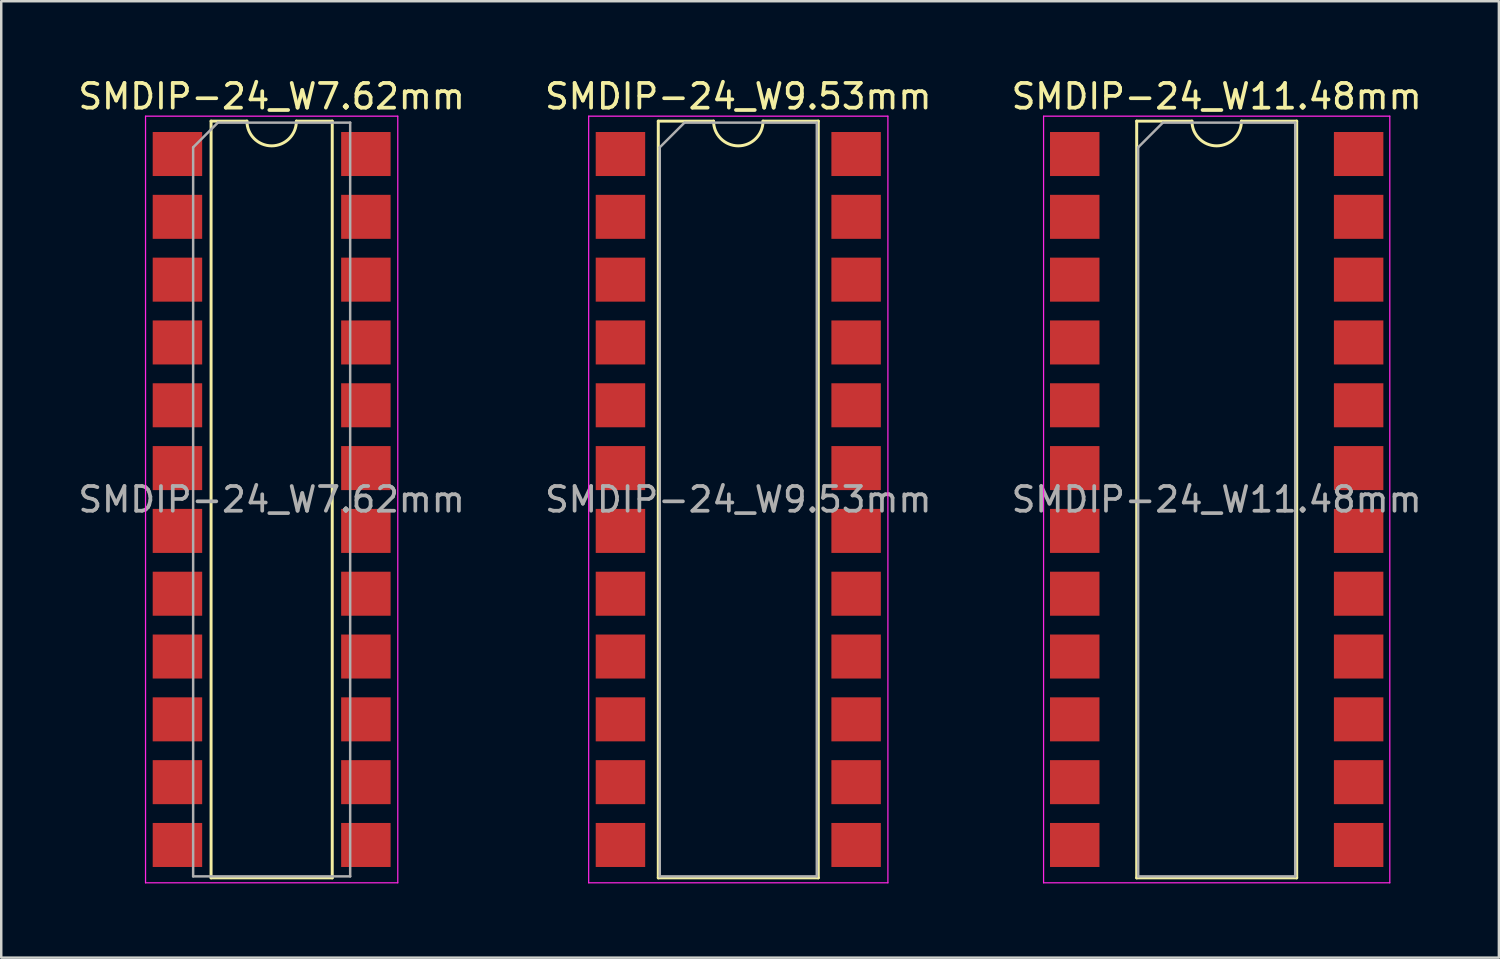
<source format=kicad_pcb>
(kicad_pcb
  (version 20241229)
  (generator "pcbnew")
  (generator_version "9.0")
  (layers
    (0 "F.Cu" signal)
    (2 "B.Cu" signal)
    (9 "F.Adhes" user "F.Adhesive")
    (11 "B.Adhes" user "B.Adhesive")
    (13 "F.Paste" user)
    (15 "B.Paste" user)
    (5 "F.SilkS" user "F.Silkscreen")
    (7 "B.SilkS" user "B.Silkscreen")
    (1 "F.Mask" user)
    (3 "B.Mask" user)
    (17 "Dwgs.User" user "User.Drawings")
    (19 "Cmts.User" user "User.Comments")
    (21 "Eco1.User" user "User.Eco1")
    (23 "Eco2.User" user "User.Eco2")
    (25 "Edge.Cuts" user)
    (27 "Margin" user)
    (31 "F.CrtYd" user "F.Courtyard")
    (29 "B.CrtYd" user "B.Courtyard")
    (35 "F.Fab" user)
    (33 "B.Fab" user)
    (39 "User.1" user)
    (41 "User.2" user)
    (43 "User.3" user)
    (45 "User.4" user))
  (footprint "SMDIP-24_W11.48mm"
    (layer "F.Cu")
    (at 46.149 17.148)
    (property "Reference" "SMDIP-24_W11.48mm" (at 0 -16.3 0) (layer "F.SilkS") (effects (font (size 1 1) (thickness 0.15))))
    (attr smd)
    (fp_line (start -3.235 -15.3) (end -3.235 15.3) (stroke (width 0.12) (type solid)) (layer "F.SilkS"))
    (fp_line (start -3.235 15.3) (end 3.235 15.3) (stroke (width 0.12) (type solid)) (layer "F.SilkS"))
    (fp_line (start -1 -15.3) (end -3.235 -15.3) (stroke (width 0.12) (type solid)) (layer "F.SilkS"))
    (fp_line (start 3.235 -15.3) (end 1 -15.3) (stroke (width 0.12) (type solid)) (layer "F.SilkS"))
    (fp_line (start 3.235 15.3) (end 3.235 -15.3) (stroke (width 0.12) (type solid)) (layer "F.SilkS"))
    (fp_arc (start 1 -15.3) (mid 0 -14.3) (end -1 -15.3) (stroke (width 0.12) (type solid)) (layer "F.SilkS"))
    (fp_line (start -7 -15.5) (end -7 15.5) (stroke (width 0.05) (type solid)) (layer "F.CrtYd"))
    (fp_line (start -7 15.5) (end 7 15.5) (stroke (width 0.05) (type solid)) (layer "F.CrtYd"))
    (fp_line (start 7 -15.5) (end -7 -15.5) (stroke (width 0.05) (type solid)) (layer "F.CrtYd"))
    (fp_line (start 7 15.5) (end 7 -15.5) (stroke (width 0.05) (type solid)) (layer "F.CrtYd"))
    (fp_line (start -3.175 -14.24) (end -2.175 -15.24) (stroke (width 0.1) (type solid)) (layer "F.Fab"))
    (fp_line (start -3.175 15.24) (end -3.175 -14.24) (stroke (width 0.1) (type solid)) (layer "F.Fab"))
    (fp_line (start -2.175 -15.24) (end 3.175 -15.24) (stroke (width 0.1) (type solid)) (layer "F.Fab"))
    (fp_line (start 3.175 -15.24) (end 3.175 15.24) (stroke (width 0.1) (type solid)) (layer "F.Fab"))
    (fp_line (start 3.175 15.24) (end -3.175 15.24) (stroke (width 0.1) (type solid)) (layer "F.Fab"))
    (fp_text user "${REFERENCE}" (at 0 0 0) (layer "F.Fab") (effects (font (size 1 1) (thickness 0.15))))
    (pad "1" smd rect (at -5.74 -13.97) (size 2 1.78) (layers "F.Cu" "F.Mask" "F.Paste"))
    (pad "2" smd rect (at -5.74 -11.43) (size 2 1.78) (layers "F.Cu" "F.Mask" "F.Paste"))
    (pad "3" smd rect (at -5.74 -8.89) (size 2 1.78) (layers "F.Cu" "F.Mask" "F.Paste"))
    (pad "4" smd rect (at -5.74 -6.35) (size 2 1.78) (layers "F.Cu" "F.Mask" "F.Paste"))
    (pad "5" smd rect (at -5.74 -3.81) (size 2 1.78) (layers "F.Cu" "F.Mask" "F.Paste"))
    (pad "6" smd rect (at -5.74 -1.27) (size 2 1.78) (layers "F.Cu" "F.Mask" "F.Paste"))
    (pad "7" smd rect (at -5.74 1.27) (size 2 1.78) (layers "F.Cu" "F.Mask" "F.Paste"))
    (pad "8" smd rect (at -5.74 3.81) (size 2 1.78) (layers "F.Cu" "F.Mask" "F.Paste"))
    (pad "9" smd rect (at -5.74 6.35) (size 2 1.78) (layers "F.Cu" "F.Mask" "F.Paste"))
    (pad "10" smd rect (at -5.74 8.89) (size 2 1.78) (layers "F.Cu" "F.Mask" "F.Paste"))
    (pad "11" smd rect (at -5.74 11.43) (size 2 1.78) (layers "F.Cu" "F.Mask" "F.Paste"))
    (pad "12" smd rect (at -5.74 13.97) (size 2 1.78) (layers "F.Cu" "F.Mask" "F.Paste"))
    (pad "13" smd rect (at 5.74 13.97) (size 2 1.78) (layers "F.Cu" "F.Mask" "F.Paste"))
    (pad "14" smd rect (at 5.74 11.43) (size 2 1.78) (layers "F.Cu" "F.Mask" "F.Paste"))
    (pad "15" smd rect (at 5.74 8.89) (size 2 1.78) (layers "F.Cu" "F.Mask" "F.Paste"))
    (pad "16" smd rect (at 5.74 6.35) (size 2 1.78) (layers "F.Cu" "F.Mask" "F.Paste"))
    (pad "17" smd rect (at 5.74 3.81) (size 2 1.78) (layers "F.Cu" "F.Mask" "F.Paste"))
    (pad "18" smd rect (at 5.74 1.27) (size 2 1.78) (layers "F.Cu" "F.Mask" "F.Paste"))
    (pad "19" smd rect (at 5.74 -1.27) (size 2 1.78) (layers "F.Cu" "F.Mask" "F.Paste"))
    (pad "20" smd rect (at 5.74 -3.81) (size 2 1.78) (layers "F.Cu" "F.Mask" "F.Paste"))
    (pad "21" smd rect (at 5.74 -6.35) (size 2 1.78) (layers "F.Cu" "F.Mask" "F.Paste"))
    (pad "22" smd rect (at 5.74 -8.89) (size 2 1.78) (layers "F.Cu" "F.Mask" "F.Paste"))
    (pad "23" smd rect (at 5.74 -11.43) (size 2 1.78) (layers "F.Cu" "F.Mask" "F.Paste"))
    (pad "24" smd rect (at 5.74 -13.97) (size 2 1.78) (layers "F.Cu" "F.Mask" "F.Paste")))
  (footprint "SMDIP-24_W7.62mm"
    (layer "F.Cu")
    (at 7.935 17.148)
    (property "Reference" "SMDIP-24_W7.62mm" (at 0 -16.3 0) (layer "F.SilkS") (effects (font (size 1 1) (thickness 0.15))))
    (attr smd)
    (fp_line (start -2.45 -15.3) (end -2.45 15.3) (stroke (width 0.12) (type solid)) (layer "F.SilkS"))
    (fp_line (start -2.45 15.3) (end 2.45 15.3) (stroke (width 0.12) (type solid)) (layer "F.SilkS"))
    (fp_line (start -1 -15.3) (end -2.45 -15.3) (stroke (width 0.12) (type solid)) (layer "F.SilkS"))
    (fp_line (start 2.45 -15.3) (end 1 -15.3) (stroke (width 0.12) (type solid)) (layer "F.SilkS"))
    (fp_line (start 2.45 15.3) (end 2.45 -15.3) (stroke (width 0.12) (type solid)) (layer "F.SilkS"))
    (fp_arc (start 1 -15.3) (mid 0 -14.3) (end -1 -15.3) (stroke (width 0.12) (type solid)) (layer "F.SilkS"))
    (fp_line (start -5.1 -15.5) (end -5.1 15.5) (stroke (width 0.05) (type solid)) (layer "F.CrtYd"))
    (fp_line (start -5.1 15.5) (end 5.1 15.5) (stroke (width 0.05) (type solid)) (layer "F.CrtYd"))
    (fp_line (start 5.1 -15.5) (end -5.1 -15.5) (stroke (width 0.05) (type solid)) (layer "F.CrtYd"))
    (fp_line (start 5.1 15.5) (end 5.1 -15.5) (stroke (width 0.05) (type solid)) (layer "F.CrtYd"))
    (fp_line (start -3.175 -14.24) (end -2.175 -15.24) (stroke (width 0.1) (type solid)) (layer "F.Fab"))
    (fp_line (start -3.175 15.24) (end -3.175 -14.24) (stroke (width 0.1) (type solid)) (layer "F.Fab"))
    (fp_line (start -2.175 -15.24) (end 3.175 -15.24) (stroke (width 0.1) (type solid)) (layer "F.Fab"))
    (fp_line (start 3.175 -15.24) (end 3.175 15.24) (stroke (width 0.1) (type solid)) (layer "F.Fab"))
    (fp_line (start 3.175 15.24) (end -3.175 15.24) (stroke (width 0.1) (type solid)) (layer "F.Fab"))
    (fp_text user "${REFERENCE}" (at 0 0 0) (layer "F.Fab") (effects (font (size 1 1) (thickness 0.15))))
    (pad "1" smd rect (at -3.81 -13.97) (size 2 1.78) (layers "F.Cu" "F.Mask" "F.Paste"))
    (pad "2" smd rect (at -3.81 -11.43) (size 2 1.78) (layers "F.Cu" "F.Mask" "F.Paste"))
    (pad "3" smd rect (at -3.81 -8.89) (size 2 1.78) (layers "F.Cu" "F.Mask" "F.Paste"))
    (pad "4" smd rect (at -3.81 -6.35) (size 2 1.78) (layers "F.Cu" "F.Mask" "F.Paste"))
    (pad "5" smd rect (at -3.81 -3.81) (size 2 1.78) (layers "F.Cu" "F.Mask" "F.Paste"))
    (pad "6" smd rect (at -3.81 -1.27) (size 2 1.78) (layers "F.Cu" "F.Mask" "F.Paste"))
    (pad "7" smd rect (at -3.81 1.27) (size 2 1.78) (layers "F.Cu" "F.Mask" "F.Paste"))
    (pad "8" smd rect (at -3.81 3.81) (size 2 1.78) (layers "F.Cu" "F.Mask" "F.Paste"))
    (pad "9" smd rect (at -3.81 6.35) (size 2 1.78) (layers "F.Cu" "F.Mask" "F.Paste"))
    (pad "10" smd rect (at -3.81 8.89) (size 2 1.78) (layers "F.Cu" "F.Mask" "F.Paste"))
    (pad "11" smd rect (at -3.81 11.43) (size 2 1.78) (layers "F.Cu" "F.Mask" "F.Paste"))
    (pad "12" smd rect (at -3.81 13.97) (size 2 1.78) (layers "F.Cu" "F.Mask" "F.Paste"))
    (pad "13" smd rect (at 3.81 13.97) (size 2 1.78) (layers "F.Cu" "F.Mask" "F.Paste"))
    (pad "14" smd rect (at 3.81 11.43) (size 2 1.78) (layers "F.Cu" "F.Mask" "F.Paste"))
    (pad "15" smd rect (at 3.81 8.89) (size 2 1.78) (layers "F.Cu" "F.Mask" "F.Paste"))
    (pad "16" smd rect (at 3.81 6.35) (size 2 1.78) (layers "F.Cu" "F.Mask" "F.Paste"))
    (pad "17" smd rect (at 3.81 3.81) (size 2 1.78) (layers "F.Cu" "F.Mask" "F.Paste"))
    (pad "18" smd rect (at 3.81 1.27) (size 2 1.78) (layers "F.Cu" "F.Mask" "F.Paste"))
    (pad "19" smd rect (at 3.81 -1.27) (size 2 1.78) (layers "F.Cu" "F.Mask" "F.Paste"))
    (pad "20" smd rect (at 3.81 -3.81) (size 2 1.78) (layers "F.Cu" "F.Mask" "F.Paste"))
    (pad "21" smd rect (at 3.81 -6.35) (size 2 1.78) (layers "F.Cu" "F.Mask" "F.Paste"))
    (pad "22" smd rect (at 3.81 -8.89) (size 2 1.78) (layers "F.Cu" "F.Mask" "F.Paste"))
    (pad "23" smd rect (at 3.81 -11.43) (size 2 1.78) (layers "F.Cu" "F.Mask" "F.Paste"))
    (pad "24" smd rect (at 3.81 -13.97) (size 2 1.78) (layers "F.Cu" "F.Mask" "F.Paste")))
  (footprint "SMDIP-24_W9.53mm"
    (layer "F.Cu")
    (at 26.804 17.148)
    (property "Reference" "SMDIP-24_W9.53mm" (at 0 -16.3 0) (layer "F.SilkS") (effects (font (size 1 1) (thickness 0.15))))
    (attr smd)
    (fp_line (start -3.235 -15.3) (end -3.235 15.3) (stroke (width 0.12) (type solid)) (layer "F.SilkS"))
    (fp_line (start -3.235 15.3) (end 3.235 15.3) (stroke (width 0.12) (type solid)) (layer "F.SilkS"))
    (fp_line (start -1 -15.3) (end -3.235 -15.3) (stroke (width 0.12) (type solid)) (layer "F.SilkS"))
    (fp_line (start 3.235 -15.3) (end 1 -15.3) (stroke (width 0.12) (type solid)) (layer "F.SilkS"))
    (fp_line (start 3.235 15.3) (end 3.235 -15.3) (stroke (width 0.12) (type solid)) (layer "F.SilkS"))
    (fp_arc (start 1 -15.3) (mid 0 -14.3) (end -1 -15.3) (stroke (width 0.12) (type solid)) (layer "F.SilkS"))
    (fp_line (start -6.05 -15.5) (end -6.05 15.5) (stroke (width 0.05) (type solid)) (layer "F.CrtYd"))
    (fp_line (start -6.05 15.5) (end 6.05 15.5) (stroke (width 0.05) (type solid)) (layer "F.CrtYd"))
    (fp_line (start 6.05 -15.5) (end -6.05 -15.5) (stroke (width 0.05) (type solid)) (layer "F.CrtYd"))
    (fp_line (start 6.05 15.5) (end 6.05 -15.5) (stroke (width 0.05) (type solid)) (layer "F.CrtYd"))
    (fp_line (start -3.175 -14.24) (end -2.175 -15.24) (stroke (width 0.1) (type solid)) (layer "F.Fab"))
    (fp_line (start -3.175 15.24) (end -3.175 -14.24) (stroke (width 0.1) (type solid)) (layer "F.Fab"))
    (fp_line (start -2.175 -15.24) (end 3.175 -15.24) (stroke (width 0.1) (type solid)) (layer "F.Fab"))
    (fp_line (start 3.175 -15.24) (end 3.175 15.24) (stroke (width 0.1) (type solid)) (layer "F.Fab"))
    (fp_line (start 3.175 15.24) (end -3.175 15.24) (stroke (width 0.1) (type solid)) (layer "F.Fab"))
    (fp_text user "${REFERENCE}" (at 0 0 0) (layer "F.Fab") (effects (font (size 1 1) (thickness 0.15))))
    (pad "1" smd rect (at -4.765 -13.97) (size 2 1.78) (layers "F.Cu" "F.Mask" "F.Paste"))
    (pad "2" smd rect (at -4.765 -11.43) (size 2 1.78) (layers "F.Cu" "F.Mask" "F.Paste"))
    (pad "3" smd rect (at -4.765 -8.89) (size 2 1.78) (layers "F.Cu" "F.Mask" "F.Paste"))
    (pad "4" smd rect (at -4.765 -6.35) (size 2 1.78) (layers "F.Cu" "F.Mask" "F.Paste"))
    (pad "5" smd rect (at -4.765 -3.81) (size 2 1.78) (layers "F.Cu" "F.Mask" "F.Paste"))
    (pad "6" smd rect (at -4.765 -1.27) (size 2 1.78) (layers "F.Cu" "F.Mask" "F.Paste"))
    (pad "7" smd rect (at -4.765 1.27) (size 2 1.78) (layers "F.Cu" "F.Mask" "F.Paste"))
    (pad "8" smd rect (at -4.765 3.81) (size 2 1.78) (layers "F.Cu" "F.Mask" "F.Paste"))
    (pad "9" smd rect (at -4.765 6.35) (size 2 1.78) (layers "F.Cu" "F.Mask" "F.Paste"))
    (pad "10" smd rect (at -4.765 8.89) (size 2 1.78) (layers "F.Cu" "F.Mask" "F.Paste"))
    (pad "11" smd rect (at -4.765 11.43) (size 2 1.78) (layers "F.Cu" "F.Mask" "F.Paste"))
    (pad "12" smd rect (at -4.765 13.97) (size 2 1.78) (layers "F.Cu" "F.Mask" "F.Paste"))
    (pad "13" smd rect (at 4.765 13.97) (size 2 1.78) (layers "F.Cu" "F.Mask" "F.Paste"))
    (pad "14" smd rect (at 4.765 11.43) (size 2 1.78) (layers "F.Cu" "F.Mask" "F.Paste"))
    (pad "15" smd rect (at 4.765 8.89) (size 2 1.78) (layers "F.Cu" "F.Mask" "F.Paste"))
    (pad "16" smd rect (at 4.765 6.35) (size 2 1.78) (layers "F.Cu" "F.Mask" "F.Paste"))
    (pad "17" smd rect (at 4.765 3.81) (size 2 1.78) (layers "F.Cu" "F.Mask" "F.Paste"))
    (pad "18" smd rect (at 4.765 1.27) (size 2 1.78) (layers "F.Cu" "F.Mask" "F.Paste"))
    (pad "19" smd rect (at 4.765 -1.27) (size 2 1.78) (layers "F.Cu" "F.Mask" "F.Paste"))
    (pad "20" smd rect (at 4.765 -3.81) (size 2 1.78) (layers "F.Cu" "F.Mask" "F.Paste"))
    (pad "21" smd rect (at 4.765 -6.35) (size 2 1.78) (layers "F.Cu" "F.Mask" "F.Paste"))
    (pad "22" smd rect (at 4.765 -8.89) (size 2 1.78) (layers "F.Cu" "F.Mask" "F.Paste"))
    (pad "23" smd rect (at 4.765 -11.43) (size 2 1.78) (layers "F.Cu" "F.Mask" "F.Paste"))
    (pad "24" smd rect (at 4.765 -13.97) (size 2 1.78) (layers "F.Cu" "F.Mask" "F.Paste")))
  (gr_rect
    (start -3 -3)
    (end 57.56 35.673)
    (stroke (width 0.1) (type default))
    (fill no)
    (layer "Edge.Cuts")))
</source>
